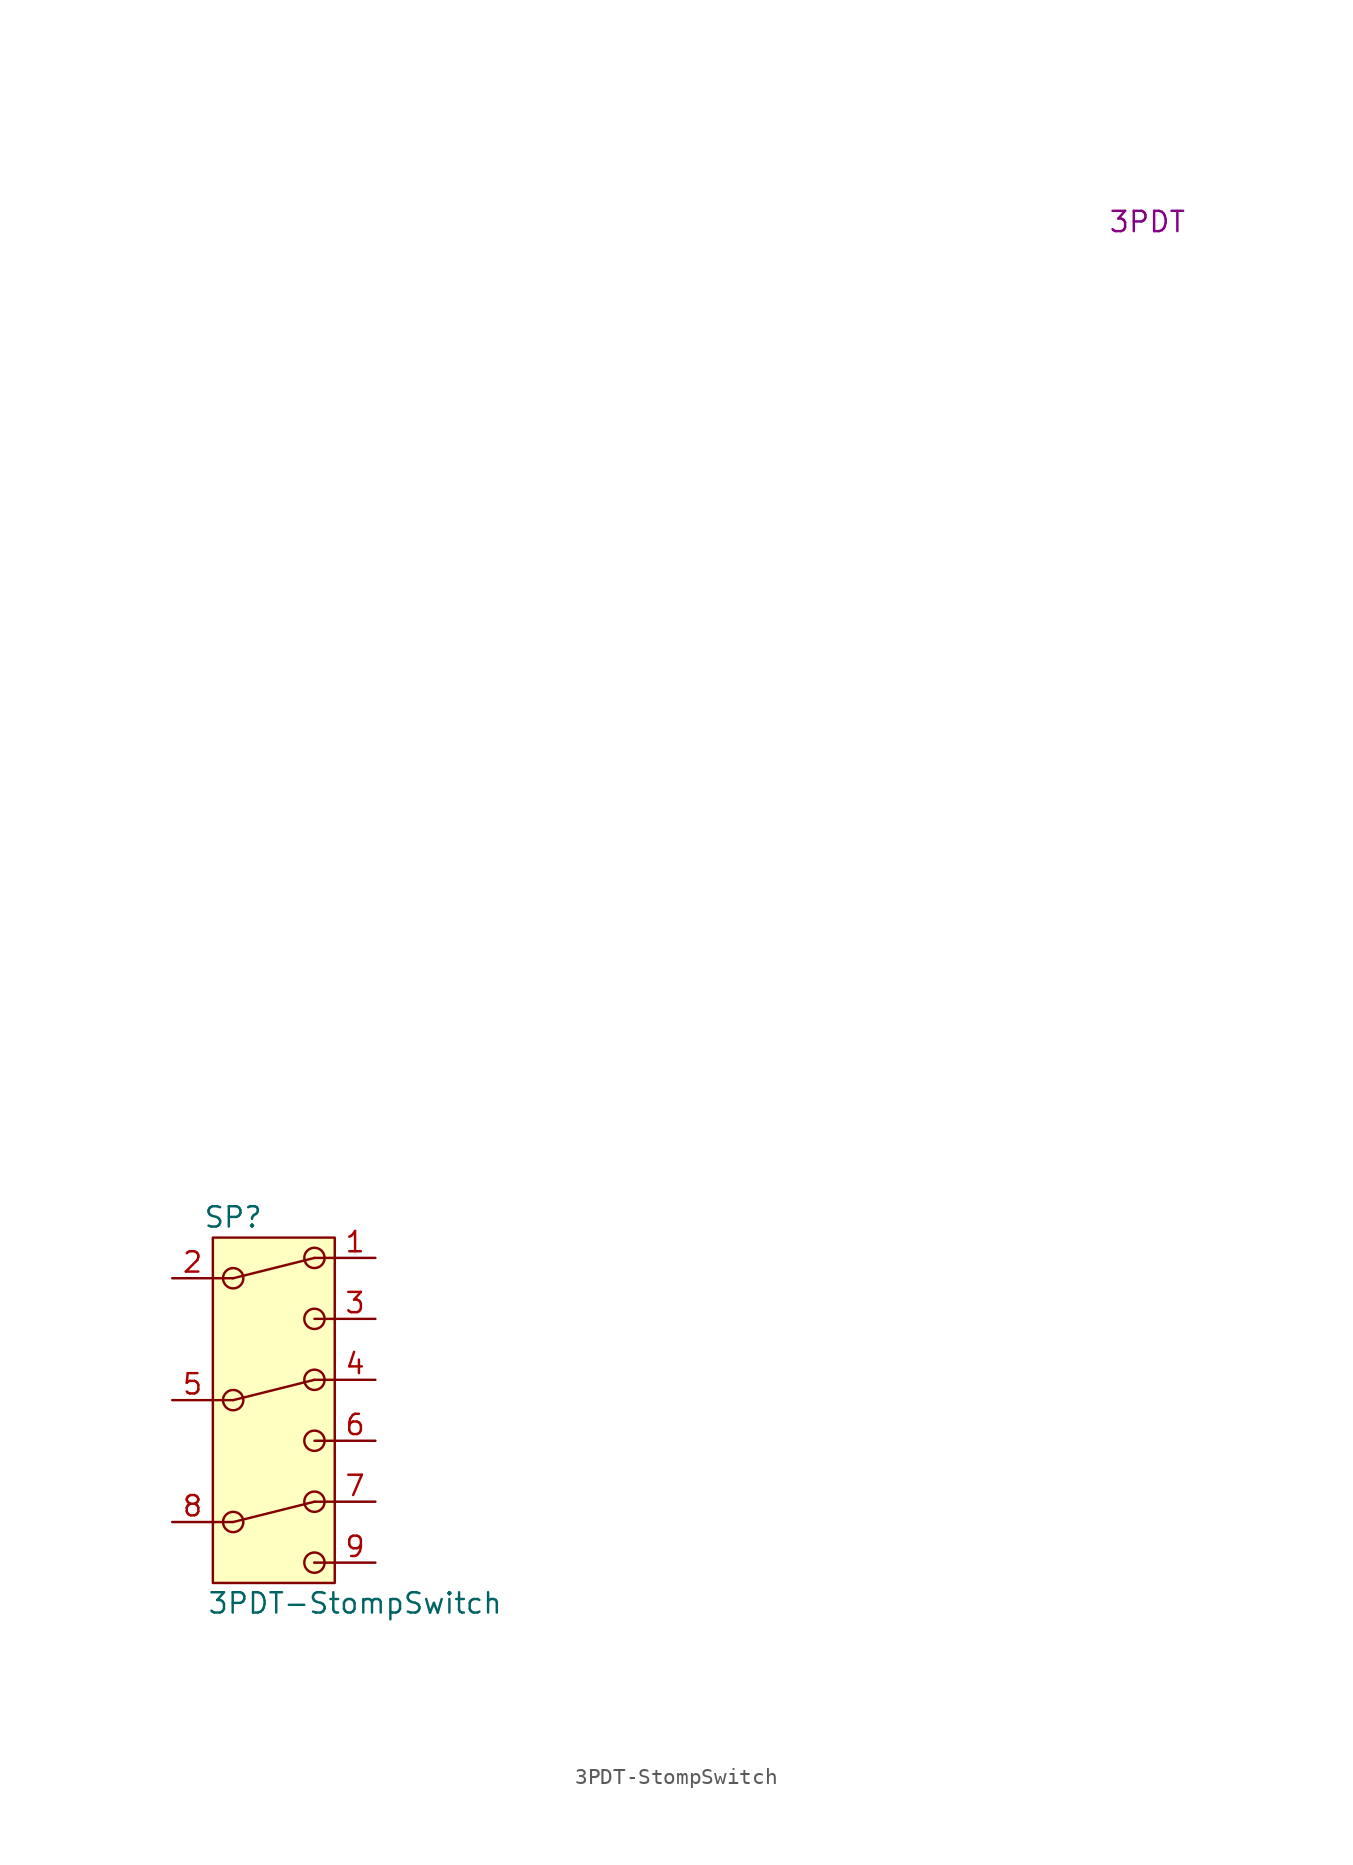
<source format=kicad_sym>
(kicad_symbol_lib
  (version 20241209)
  (generator "kicad_symbol_editor")
  (generator_version "9.0")
  (symbol "3PDT-StompSwitch"
    (pin_names
      (offset 1.016))
    (property "Reference" "SP"
      (at 1.27 1.27 0)
      (effects (font (size 1.27 1.27))))
    (property "Value" "3PDT-StompSwitch"
      (at 8.89 -22.86 0)
      (effects (font (size 1.27 1.27))))
    (property "_Value_" "3PDT"
      (at 58.42 63.5 0)
      (effects (font (size 1.27 1.27))))
    (symbol "3PDT-StompSwitch_0_1"
      (rectangle (start 0 0) (end 7.62 -21.59) (stroke (width 0) (type solid)) (fill (type background)))
      (polyline (pts (xy 1.27 -2.54) (xy 0 -2.54)) (stroke (width 0) (type solid)) (fill (type none)))
      (polyline (pts (xy 1.27 -2.54) (xy 6.35 -1.27)) (stroke (width 0) (type solid)) (fill (type none)))
      (circle (center 1.27 -2.54) (radius 0.635) (stroke (width 0) (type solid)) (fill (type none)))
      (polyline (pts (xy 1.27 -10.16) (xy 0 -10.16)) (stroke (width 0) (type solid)) (fill (type none)))
      (polyline (pts (xy 1.27 -10.16) (xy 6.35 -8.89)) (stroke (width 0) (type solid)) (fill (type none)))
      (polyline (pts (xy 1.27 -17.78) (xy 0 -17.78)) (stroke (width 0) (type solid)) (fill (type none)))
      (polyline (pts (xy 1.27 -17.78) (xy 6.35 -16.51)) (stroke (width 0) (type solid)) (fill (type none)))
      (circle (center 6.35 -1.27) (radius 0.635) (stroke (width 0) (type solid)) (fill (type none)))
      (circle (center 6.35 -5.08) (radius 0.635) (stroke (width 0) (type solid)) (fill (type none)))
      (polyline (pts (xy 6.35 -20.32) (xy 6.35 -20.32)) (stroke (width 0) (type solid)) (fill (type none)))
      (polyline (pts (xy 7.62 -1.27) (xy 6.35 -1.27)) (stroke (width 0) (type solid)) (fill (type none)))
      (polyline (pts (xy 7.62 -5.08) (xy 6.35 -5.08)) (stroke (width 0) (type solid)) (fill (type none)))
      (polyline (pts (xy 7.62 -8.89) (xy 6.35 -8.89)) (stroke (width 0) (type solid)) (fill (type none)))
      (polyline (pts (xy 7.62 -12.7) (xy 6.35 -12.7)) (stroke (width 0) (type solid)) (fill (type none)))
      (polyline (pts (xy 7.62 -16.51) (xy 6.35 -16.51)) (stroke (width 0) (type solid)) (fill (type none)))
      (polyline (pts (xy 7.62 -20.32) (xy 6.35 -20.32)) (stroke (width 0) (type solid)) (fill (type none))))
    (symbol "3PDT-StompSwitch_1_1"
      (circle (center 1.27 -10.16) (radius 0.635) (stroke (width 0) (type solid)) (fill (type none)))
      (circle (center 1.27 -17.78) (radius 0.635) (stroke (width 0) (type solid)) (fill (type none)))
      (circle (center 6.35 -8.89) (radius 0.635) (stroke (width 0) (type solid)) (fill (type none)))
      (circle (center 6.35 -12.7) (radius 0.635) (stroke (width 0) (type solid)) (fill (type none)))
      (circle (center 6.35 -16.51) (radius 0.635) (stroke (width 0) (type solid)) (fill (type none)))
      (circle (center 6.35 -20.32) (radius 0.635) (stroke (width 0) (type solid)) (fill (type none)))
      (pin passive line (at -2.54 -2.54 0) (length 2.54) (name "~" (effects (font (size 1.27 1.27)))) (number "2" (effects (font (size 1.27 1.27)))))
      (pin passive line (at -2.54 -10.16 0) (length 2.54) (name "~" (effects (font (size 1.27 1.27)))) (number "5" (effects (font (size 1.27 1.27)))))
      (pin passive line (at -2.54 -17.78 0) (length 2.54) (name "~" (effects (font (size 1.27 1.27)))) (number "8" (effects (font (size 1.27 1.27)))))
      (pin passive line (at 10.16 -1.27 180) (length 2.54) (name "~" (effects (font (size 1.27 1.27)))) (number "1" (effects (font (size 1.27 1.27)))))
      (pin passive line (at 10.16 -5.08 180) (length 2.54) (name "~" (effects (font (size 1.27 1.27)))) (number "3" (effects (font (size 1.27 1.27)))))
      (pin passive line (at 10.16 -8.89 180) (length 2.54) (name "~" (effects (font (size 1.27 1.27)))) (number "4" (effects (font (size 1.27 1.27)))))
      (pin passive line (at 10.16 -12.7 180) (length 2.54) (name "~" (effects (font (size 1.27 1.27)))) (number "6" (effects (font (size 1.27 1.27)))))
      (pin passive line (at 10.16 -16.51 180) (length 2.54) (name "~" (effects (font (size 1.27 1.27)))) (number "7" (effects (font (size 1.27 1.27)))))
      (pin passive line (at 10.16 -20.32 180) (length 2.54) (name "~" (effects (font (size 1.27 1.27)))) (number "9" (effects (font (size 1.27 1.27))))))))
</source>
